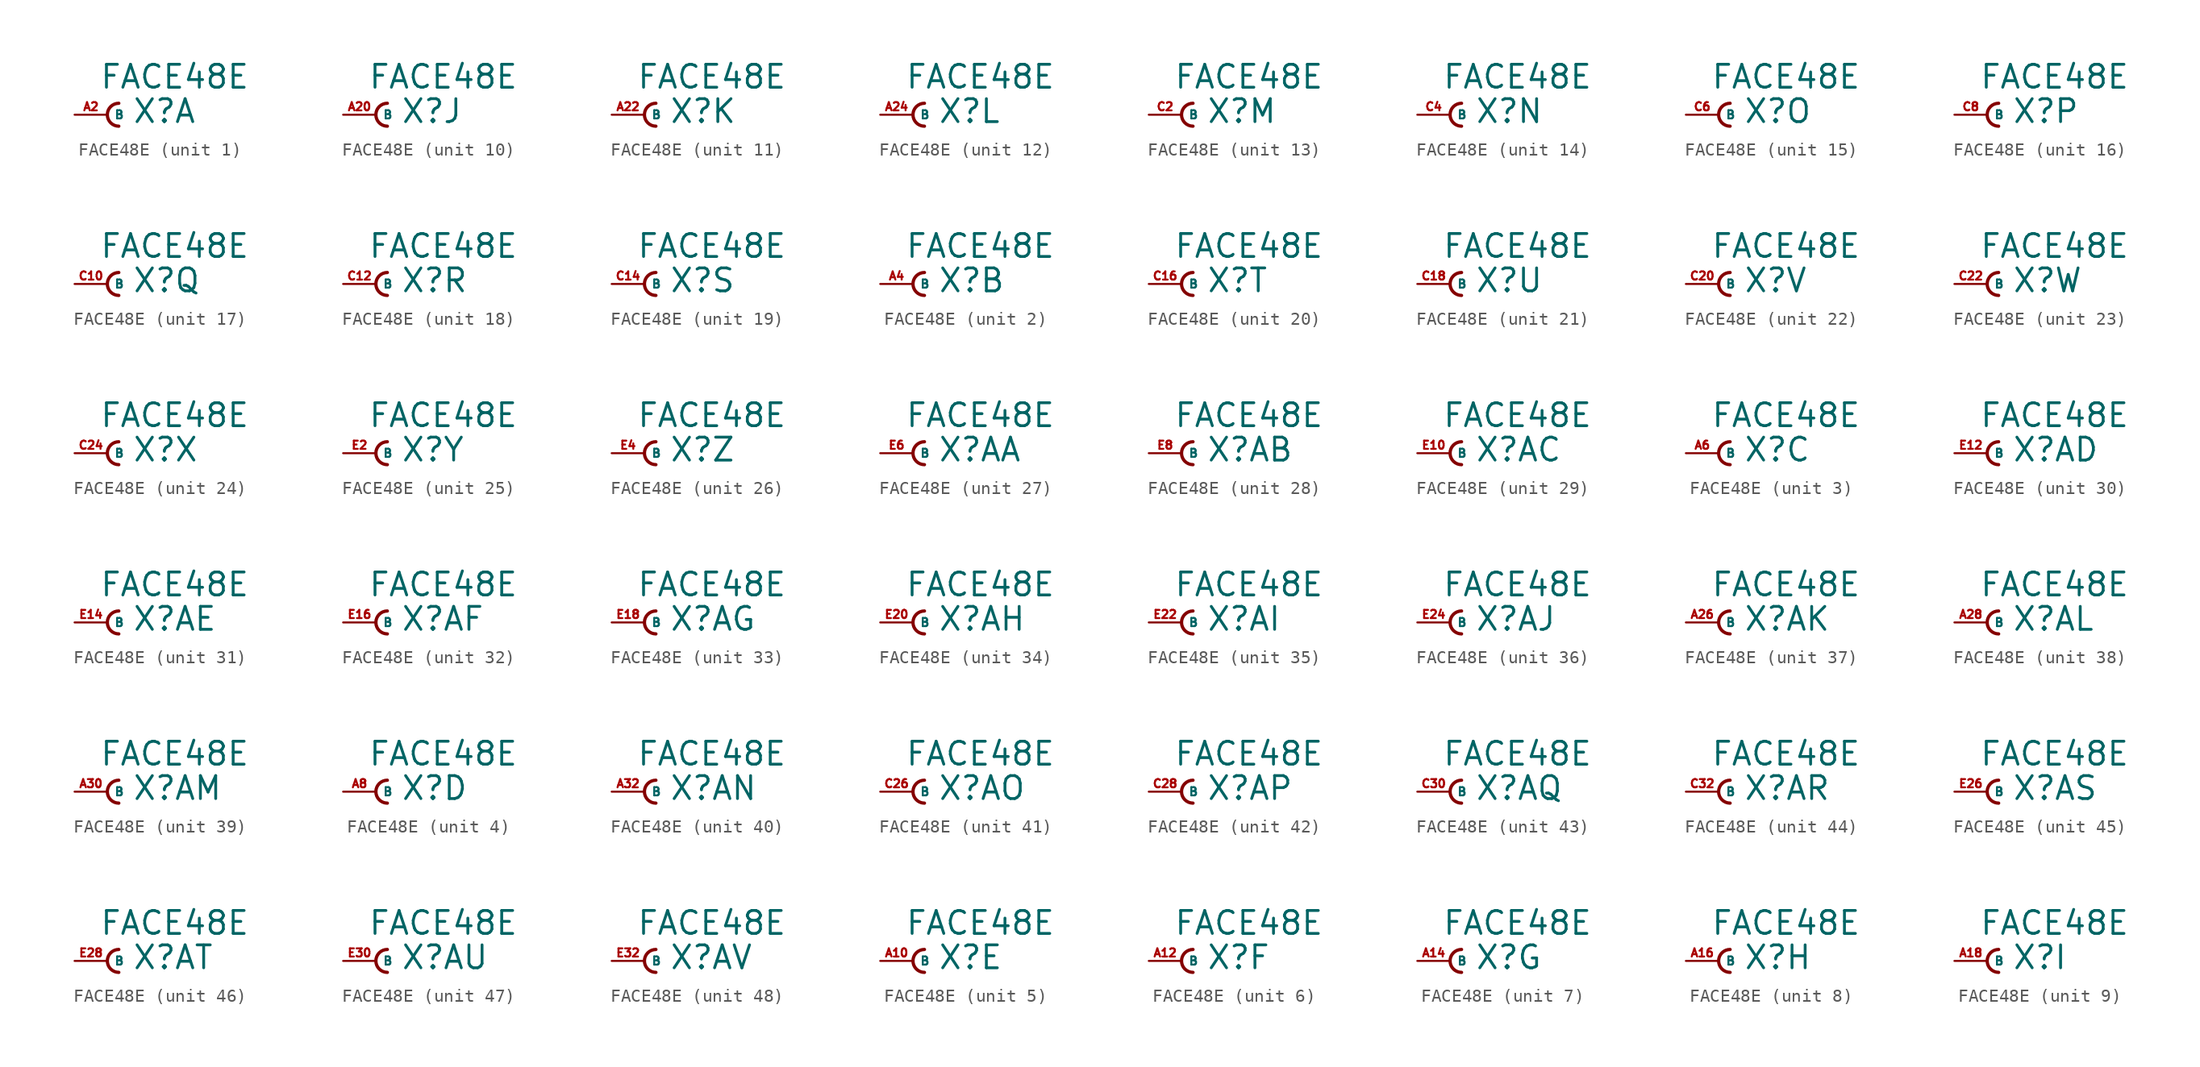
<source format=kicad_sym>
(kicad_symbol_lib
  (version 20220914)
  (generator Eagle2Kicad)
  (symbol "FACE48E"
    (property "Reference" "X"
      (at 1.905 -0.762 0)
      (effects (font (size 1.778 1.778) (thickness 0.22)) (justify left bottom)))
    (property "Value" "FACE48E"
      (at -0.635 1.905 0)
      (effects (font (size 1.778 1.778) (thickness 0.22)) (justify left bottom)))
    (symbol "FACE48E_1_0"
      (arc (start 0.889 0.889) (mid 0.000 0.000) (end 0.889 -0.889) (stroke (width 0.254) (type default)) (fill (type none)))
      (pin passive line (at -2.54 0 0) (length 2.54) (name "B" (effects (font (size 0.635 0.635) (thickness 0.08)) (justify left bottom))) (number "A2" (effects (font (size 0.635 0.635) (thickness 0.08)) (justify left bottom)))))
    (symbol "FACE48E_2_0"
      (arc (start 0.889 0.889) (mid 0.000 0.000) (end 0.889 -0.889) (stroke (width 0.254) (type default)) (fill (type none)))
      (pin passive line (at -2.54 0 0) (length 2.54) (name "B" (effects (font (size 0.635 0.635) (thickness 0.08)) (justify left bottom))) (number "A4" (effects (font (size 0.635 0.635) (thickness 0.08)) (justify left bottom)))))
    (symbol "FACE48E_3_0"
      (arc (start 0.889 0.889) (mid 0.000 0.000) (end 0.889 -0.889) (stroke (width 0.254) (type default)) (fill (type none)))
      (pin passive line (at -2.54 0 0) (length 2.54) (name "B" (effects (font (size 0.635 0.635) (thickness 0.08)) (justify left bottom))) (number "A6" (effects (font (size 0.635 0.635) (thickness 0.08)) (justify left bottom)))))
    (symbol "FACE48E_4_0"
      (arc (start 0.889 0.889) (mid 0.000 0.000) (end 0.889 -0.889) (stroke (width 0.254) (type default)) (fill (type none)))
      (pin passive line (at -2.54 0 0) (length 2.54) (name "B" (effects (font (size 0.635 0.635) (thickness 0.08)) (justify left bottom))) (number "A8" (effects (font (size 0.635 0.635) (thickness 0.08)) (justify left bottom)))))
    (symbol "FACE48E_5_0"
      (arc (start 0.889 0.889) (mid 0.000 0.000) (end 0.889 -0.889) (stroke (width 0.254) (type default)) (fill (type none)))
      (pin passive line (at -2.54 0 0) (length 2.54) (name "B" (effects (font (size 0.635 0.635) (thickness 0.08)) (justify left bottom))) (number "A10" (effects (font (size 0.635 0.635) (thickness 0.08)) (justify left bottom)))))
    (symbol "FACE48E_6_0"
      (arc (start 0.889 0.889) (mid 0.000 0.000) (end 0.889 -0.889) (stroke (width 0.254) (type default)) (fill (type none)))
      (pin passive line (at -2.54 0 0) (length 2.54) (name "B" (effects (font (size 0.635 0.635) (thickness 0.08)) (justify left bottom))) (number "A12" (effects (font (size 0.635 0.635) (thickness 0.08)) (justify left bottom)))))
    (symbol "FACE48E_7_0"
      (arc (start 0.889 0.889) (mid 0.000 0.000) (end 0.889 -0.889) (stroke (width 0.254) (type default)) (fill (type none)))
      (pin passive line (at -2.54 0 0) (length 2.54) (name "B" (effects (font (size 0.635 0.635) (thickness 0.08)) (justify left bottom))) (number "A14" (effects (font (size 0.635 0.635) (thickness 0.08)) (justify left bottom)))))
    (symbol "FACE48E_8_0"
      (arc (start 0.889 0.889) (mid 0.000 0.000) (end 0.889 -0.889) (stroke (width 0.254) (type default)) (fill (type none)))
      (pin passive line (at -2.54 0 0) (length 2.54) (name "B" (effects (font (size 0.635 0.635) (thickness 0.08)) (justify left bottom))) (number "A16" (effects (font (size 0.635 0.635) (thickness 0.08)) (justify left bottom)))))
    (symbol "FACE48E_9_0"
      (arc (start 0.889 0.889) (mid 0.000 0.000) (end 0.889 -0.889) (stroke (width 0.254) (type default)) (fill (type none)))
      (pin passive line (at -2.54 0 0) (length 2.54) (name "B" (effects (font (size 0.635 0.635) (thickness 0.08)) (justify left bottom))) (number "A18" (effects (font (size 0.635 0.635) (thickness 0.08)) (justify left bottom)))))
    (symbol "FACE48E_10_0"
      (arc (start 0.889 0.889) (mid 0.000 0.000) (end 0.889 -0.889) (stroke (width 0.254) (type default)) (fill (type none)))
      (pin passive line (at -2.54 0 0) (length 2.54) (name "B" (effects (font (size 0.635 0.635) (thickness 0.08)) (justify left bottom))) (number "A20" (effects (font (size 0.635 0.635) (thickness 0.08)) (justify left bottom)))))
    (symbol "FACE48E_11_0"
      (arc (start 0.889 0.889) (mid 0.000 0.000) (end 0.889 -0.889) (stroke (width 0.254) (type default)) (fill (type none)))
      (pin passive line (at -2.54 0 0) (length 2.54) (name "B" (effects (font (size 0.635 0.635) (thickness 0.08)) (justify left bottom))) (number "A22" (effects (font (size 0.635 0.635) (thickness 0.08)) (justify left bottom)))))
    (symbol "FACE48E_12_0"
      (arc (start 0.889 0.889) (mid 0.000 0.000) (end 0.889 -0.889) (stroke (width 0.254) (type default)) (fill (type none)))
      (pin passive line (at -2.54 0 0) (length 2.54) (name "B" (effects (font (size 0.635 0.635) (thickness 0.08)) (justify left bottom))) (number "A24" (effects (font (size 0.635 0.635) (thickness 0.08)) (justify left bottom)))))
    (symbol "FACE48E_13_0"
      (arc (start 0.889 0.889) (mid 0.000 0.000) (end 0.889 -0.889) (stroke (width 0.254) (type default)) (fill (type none)))
      (pin passive line (at -2.54 0 0) (length 2.54) (name "B" (effects (font (size 0.635 0.635) (thickness 0.08)) (justify left bottom))) (number "C2" (effects (font (size 0.635 0.635) (thickness 0.08)) (justify left bottom)))))
    (symbol "FACE48E_14_0"
      (arc (start 0.889 0.889) (mid 0.000 0.000) (end 0.889 -0.889) (stroke (width 0.254) (type default)) (fill (type none)))
      (pin passive line (at -2.54 0 0) (length 2.54) (name "B" (effects (font (size 0.635 0.635) (thickness 0.08)) (justify left bottom))) (number "C4" (effects (font (size 0.635 0.635) (thickness 0.08)) (justify left bottom)))))
    (symbol "FACE48E_15_0"
      (arc (start 0.889 0.889) (mid 0.000 0.000) (end 0.889 -0.889) (stroke (width 0.254) (type default)) (fill (type none)))
      (pin passive line (at -2.54 0 0) (length 2.54) (name "B" (effects (font (size 0.635 0.635) (thickness 0.08)) (justify left bottom))) (number "C6" (effects (font (size 0.635 0.635) (thickness 0.08)) (justify left bottom)))))
    (symbol "FACE48E_16_0"
      (arc (start 0.889 0.889) (mid 0.000 0.000) (end 0.889 -0.889) (stroke (width 0.254) (type default)) (fill (type none)))
      (pin passive line (at -2.54 0 0) (length 2.54) (name "B" (effects (font (size 0.635 0.635) (thickness 0.08)) (justify left bottom))) (number "C8" (effects (font (size 0.635 0.635) (thickness 0.08)) (justify left bottom)))))
    (symbol "FACE48E_17_0"
      (arc (start 0.889 0.889) (mid 0.000 0.000) (end 0.889 -0.889) (stroke (width 0.254) (type default)) (fill (type none)))
      (pin passive line (at -2.54 0 0) (length 2.54) (name "B" (effects (font (size 0.635 0.635) (thickness 0.08)) (justify left bottom))) (number "C10" (effects (font (size 0.635 0.635) (thickness 0.08)) (justify left bottom)))))
    (symbol "FACE48E_18_0"
      (arc (start 0.889 0.889) (mid 0.000 0.000) (end 0.889 -0.889) (stroke (width 0.254) (type default)) (fill (type none)))
      (pin passive line (at -2.54 0 0) (length 2.54) (name "B" (effects (font (size 0.635 0.635) (thickness 0.08)) (justify left bottom))) (number "C12" (effects (font (size 0.635 0.635) (thickness 0.08)) (justify left bottom)))))
    (symbol "FACE48E_19_0"
      (arc (start 0.889 0.889) (mid 0.000 0.000) (end 0.889 -0.889) (stroke (width 0.254) (type default)) (fill (type none)))
      (pin passive line (at -2.54 0 0) (length 2.54) (name "B" (effects (font (size 0.635 0.635) (thickness 0.08)) (justify left bottom))) (number "C14" (effects (font (size 0.635 0.635) (thickness 0.08)) (justify left bottom)))))
    (symbol "FACE48E_20_0"
      (arc (start 0.889 0.889) (mid 0.000 0.000) (end 0.889 -0.889) (stroke (width 0.254) (type default)) (fill (type none)))
      (pin passive line (at -2.54 0 0) (length 2.54) (name "B" (effects (font (size 0.635 0.635) (thickness 0.08)) (justify left bottom))) (number "C16" (effects (font (size 0.635 0.635) (thickness 0.08)) (justify left bottom)))))
    (symbol "FACE48E_21_0"
      (arc (start 0.889 0.889) (mid 0.000 0.000) (end 0.889 -0.889) (stroke (width 0.254) (type default)) (fill (type none)))
      (pin passive line (at -2.54 0 0) (length 2.54) (name "B" (effects (font (size 0.635 0.635) (thickness 0.08)) (justify left bottom))) (number "C18" (effects (font (size 0.635 0.635) (thickness 0.08)) (justify left bottom)))))
    (symbol "FACE48E_22_0"
      (arc (start 0.889 0.889) (mid 0.000 0.000) (end 0.889 -0.889) (stroke (width 0.254) (type default)) (fill (type none)))
      (pin passive line (at -2.54 0 0) (length 2.54) (name "B" (effects (font (size 0.635 0.635) (thickness 0.08)) (justify left bottom))) (number "C20" (effects (font (size 0.635 0.635) (thickness 0.08)) (justify left bottom)))))
    (symbol "FACE48E_23_0"
      (arc (start 0.889 0.889) (mid 0.000 0.000) (end 0.889 -0.889) (stroke (width 0.254) (type default)) (fill (type none)))
      (pin passive line (at -2.54 0 0) (length 2.54) (name "B" (effects (font (size 0.635 0.635) (thickness 0.08)) (justify left bottom))) (number "C22" (effects (font (size 0.635 0.635) (thickness 0.08)) (justify left bottom)))))
    (symbol "FACE48E_24_0"
      (arc (start 0.889 0.889) (mid 0.000 0.000) (end 0.889 -0.889) (stroke (width 0.254) (type default)) (fill (type none)))
      (pin passive line (at -2.54 0 0) (length 2.54) (name "B" (effects (font (size 0.635 0.635) (thickness 0.08)) (justify left bottom))) (number "C24" (effects (font (size 0.635 0.635) (thickness 0.08)) (justify left bottom)))))
    (symbol "FACE48E_25_0"
      (arc (start 0.889 0.889) (mid 0.000 0.000) (end 0.889 -0.889) (stroke (width 0.254) (type default)) (fill (type none)))
      (pin passive line (at -2.54 0 0) (length 2.54) (name "B" (effects (font (size 0.635 0.635) (thickness 0.08)) (justify left bottom))) (number "E2" (effects (font (size 0.635 0.635) (thickness 0.08)) (justify left bottom)))))
    (symbol "FACE48E_26_0"
      (arc (start 0.889 0.889) (mid 0.000 0.000) (end 0.889 -0.889) (stroke (width 0.254) (type default)) (fill (type none)))
      (pin passive line (at -2.54 0 0) (length 2.54) (name "B" (effects (font (size 0.635 0.635) (thickness 0.08)) (justify left bottom))) (number "E4" (effects (font (size 0.635 0.635) (thickness 0.08)) (justify left bottom)))))
    (symbol "FACE48E_27_0"
      (arc (start 0.889 0.889) (mid 0.000 0.000) (end 0.889 -0.889) (stroke (width 0.254) (type default)) (fill (type none)))
      (pin passive line (at -2.54 0 0) (length 2.54) (name "B" (effects (font (size 0.635 0.635) (thickness 0.08)) (justify left bottom))) (number "E6" (effects (font (size 0.635 0.635) (thickness 0.08)) (justify left bottom)))))
    (symbol "FACE48E_28_0"
      (arc (start 0.889 0.889) (mid 0.000 0.000) (end 0.889 -0.889) (stroke (width 0.254) (type default)) (fill (type none)))
      (pin passive line (at -2.54 0 0) (length 2.54) (name "B" (effects (font (size 0.635 0.635) (thickness 0.08)) (justify left bottom))) (number "E8" (effects (font (size 0.635 0.635) (thickness 0.08)) (justify left bottom)))))
    (symbol "FACE48E_29_0"
      (arc (start 0.889 0.889) (mid 0.000 0.000) (end 0.889 -0.889) (stroke (width 0.254) (type default)) (fill (type none)))
      (pin passive line (at -2.54 0 0) (length 2.54) (name "B" (effects (font (size 0.635 0.635) (thickness 0.08)) (justify left bottom))) (number "E10" (effects (font (size 0.635 0.635) (thickness 0.08)) (justify left bottom)))))
    (symbol "FACE48E_30_0"
      (arc (start 0.889 0.889) (mid 0.000 0.000) (end 0.889 -0.889) (stroke (width 0.254) (type default)) (fill (type none)))
      (pin passive line (at -2.54 0 0) (length 2.54) (name "B" (effects (font (size 0.635 0.635) (thickness 0.08)) (justify left bottom))) (number "E12" (effects (font (size 0.635 0.635) (thickness 0.08)) (justify left bottom)))))
    (symbol "FACE48E_31_0"
      (arc (start 0.889 0.889) (mid 0.000 0.000) (end 0.889 -0.889) (stroke (width 0.254) (type default)) (fill (type none)))
      (pin passive line (at -2.54 0 0) (length 2.54) (name "B" (effects (font (size 0.635 0.635) (thickness 0.08)) (justify left bottom))) (number "E14" (effects (font (size 0.635 0.635) (thickness 0.08)) (justify left bottom)))))
    (symbol "FACE48E_32_0"
      (arc (start 0.889 0.889) (mid 0.000 0.000) (end 0.889 -0.889) (stroke (width 0.254) (type default)) (fill (type none)))
      (pin passive line (at -2.54 0 0) (length 2.54) (name "B" (effects (font (size 0.635 0.635) (thickness 0.08)) (justify left bottom))) (number "E16" (effects (font (size 0.635 0.635) (thickness 0.08)) (justify left bottom)))))
    (symbol "FACE48E_33_0"
      (arc (start 0.889 0.889) (mid 0.000 0.000) (end 0.889 -0.889) (stroke (width 0.254) (type default)) (fill (type none)))
      (pin passive line (at -2.54 0 0) (length 2.54) (name "B" (effects (font (size 0.635 0.635) (thickness 0.08)) (justify left bottom))) (number "E18" (effects (font (size 0.635 0.635) (thickness 0.08)) (justify left bottom)))))
    (symbol "FACE48E_34_0"
      (arc (start 0.889 0.889) (mid 0.000 0.000) (end 0.889 -0.889) (stroke (width 0.254) (type default)) (fill (type none)))
      (pin passive line (at -2.54 0 0) (length 2.54) (name "B" (effects (font (size 0.635 0.635) (thickness 0.08)) (justify left bottom))) (number "E20" (effects (font (size 0.635 0.635) (thickness 0.08)) (justify left bottom)))))
    (symbol "FACE48E_35_0"
      (arc (start 0.889 0.889) (mid 0.000 0.000) (end 0.889 -0.889) (stroke (width 0.254) (type default)) (fill (type none)))
      (pin passive line (at -2.54 0 0) (length 2.54) (name "B" (effects (font (size 0.635 0.635) (thickness 0.08)) (justify left bottom))) (number "E22" (effects (font (size 0.635 0.635) (thickness 0.08)) (justify left bottom)))))
    (symbol "FACE48E_36_0"
      (arc (start 0.889 0.889) (mid 0.000 0.000) (end 0.889 -0.889) (stroke (width 0.254) (type default)) (fill (type none)))
      (pin passive line (at -2.54 0 0) (length 2.54) (name "B" (effects (font (size 0.635 0.635) (thickness 0.08)) (justify left bottom))) (number "E24" (effects (font (size 0.635 0.635) (thickness 0.08)) (justify left bottom)))))
    (symbol "FACE48E_37_0"
      (arc (start 0.889 0.889) (mid 0.000 0.000) (end 0.889 -0.889) (stroke (width 0.254) (type default)) (fill (type none)))
      (pin passive line (at -2.54 0 0) (length 2.54) (name "B" (effects (font (size 0.635 0.635) (thickness 0.08)) (justify left bottom))) (number "A26" (effects (font (size 0.635 0.635) (thickness 0.08)) (justify left bottom)))))
    (symbol "FACE48E_38_0"
      (arc (start 0.889 0.889) (mid 0.000 0.000) (end 0.889 -0.889) (stroke (width 0.254) (type default)) (fill (type none)))
      (pin passive line (at -2.54 0 0) (length 2.54) (name "B" (effects (font (size 0.635 0.635) (thickness 0.08)) (justify left bottom))) (number "A28" (effects (font (size 0.635 0.635) (thickness 0.08)) (justify left bottom)))))
    (symbol "FACE48E_39_0"
      (arc (start 0.889 0.889) (mid 0.000 0.000) (end 0.889 -0.889) (stroke (width 0.254) (type default)) (fill (type none)))
      (pin passive line (at -2.54 0 0) (length 2.54) (name "B" (effects (font (size 0.635 0.635) (thickness 0.08)) (justify left bottom))) (number "A30" (effects (font (size 0.635 0.635) (thickness 0.08)) (justify left bottom)))))
    (symbol "FACE48E_40_0"
      (arc (start 0.889 0.889) (mid 0.000 0.000) (end 0.889 -0.889) (stroke (width 0.254) (type default)) (fill (type none)))
      (pin passive line (at -2.54 0 0) (length 2.54) (name "B" (effects (font (size 0.635 0.635) (thickness 0.08)) (justify left bottom))) (number "A32" (effects (font (size 0.635 0.635) (thickness 0.08)) (justify left bottom)))))
    (symbol "FACE48E_41_0"
      (arc (start 0.889 0.889) (mid 0.000 0.000) (end 0.889 -0.889) (stroke (width 0.254) (type default)) (fill (type none)))
      (pin passive line (at -2.54 0 0) (length 2.54) (name "B" (effects (font (size 0.635 0.635) (thickness 0.08)) (justify left bottom))) (number "C26" (effects (font (size 0.635 0.635) (thickness 0.08)) (justify left bottom)))))
    (symbol "FACE48E_42_0"
      (arc (start 0.889 0.889) (mid 0.000 0.000) (end 0.889 -0.889) (stroke (width 0.254) (type default)) (fill (type none)))
      (pin passive line (at -2.54 0 0) (length 2.54) (name "B" (effects (font (size 0.635 0.635) (thickness 0.08)) (justify left bottom))) (number "C28" (effects (font (size 0.635 0.635) (thickness 0.08)) (justify left bottom)))))
    (symbol "FACE48E_43_0"
      (arc (start 0.889 0.889) (mid 0.000 0.000) (end 0.889 -0.889) (stroke (width 0.254) (type default)) (fill (type none)))
      (pin passive line (at -2.54 0 0) (length 2.54) (name "B" (effects (font (size 0.635 0.635) (thickness 0.08)) (justify left bottom))) (number "C30" (effects (font (size 0.635 0.635) (thickness 0.08)) (justify left bottom)))))
    (symbol "FACE48E_44_0"
      (arc (start 0.889 0.889) (mid 0.000 0.000) (end 0.889 -0.889) (stroke (width 0.254) (type default)) (fill (type none)))
      (pin passive line (at -2.54 0 0) (length 2.54) (name "B" (effects (font (size 0.635 0.635) (thickness 0.08)) (justify left bottom))) (number "C32" (effects (font (size 0.635 0.635) (thickness 0.08)) (justify left bottom)))))
    (symbol "FACE48E_45_0"
      (arc (start 0.889 0.889) (mid 0.000 0.000) (end 0.889 -0.889) (stroke (width 0.254) (type default)) (fill (type none)))
      (pin passive line (at -2.54 0 0) (length 2.54) (name "B" (effects (font (size 0.635 0.635) (thickness 0.08)) (justify left bottom))) (number "E26" (effects (font (size 0.635 0.635) (thickness 0.08)) (justify left bottom)))))
    (symbol "FACE48E_46_0"
      (arc (start 0.889 0.889) (mid 0.000 0.000) (end 0.889 -0.889) (stroke (width 0.254) (type default)) (fill (type none)))
      (pin passive line (at -2.54 0 0) (length 2.54) (name "B" (effects (font (size 0.635 0.635) (thickness 0.08)) (justify left bottom))) (number "E28" (effects (font (size 0.635 0.635) (thickness 0.08)) (justify left bottom)))))
    (symbol "FACE48E_47_0"
      (arc (start 0.889 0.889) (mid 0.000 0.000) (end 0.889 -0.889) (stroke (width 0.254) (type default)) (fill (type none)))
      (pin passive line (at -2.54 0 0) (length 2.54) (name "B" (effects (font (size 0.635 0.635) (thickness 0.08)) (justify left bottom))) (number "E30" (effects (font (size 0.635 0.635) (thickness 0.08)) (justify left bottom)))))
    (symbol "FACE48E_48_0"
      (arc (start 0.889 0.889) (mid 0.000 0.000) (end 0.889 -0.889) (stroke (width 0.254) (type default)) (fill (type none)))
      (pin passive line (at -2.54 0 0) (length 2.54) (name "B" (effects (font (size 0.635 0.635) (thickness 0.08)) (justify left bottom))) (number "E32" (effects (font (size 0.635 0.635) (thickness 0.08)) (justify left bottom)))))))
</source>
